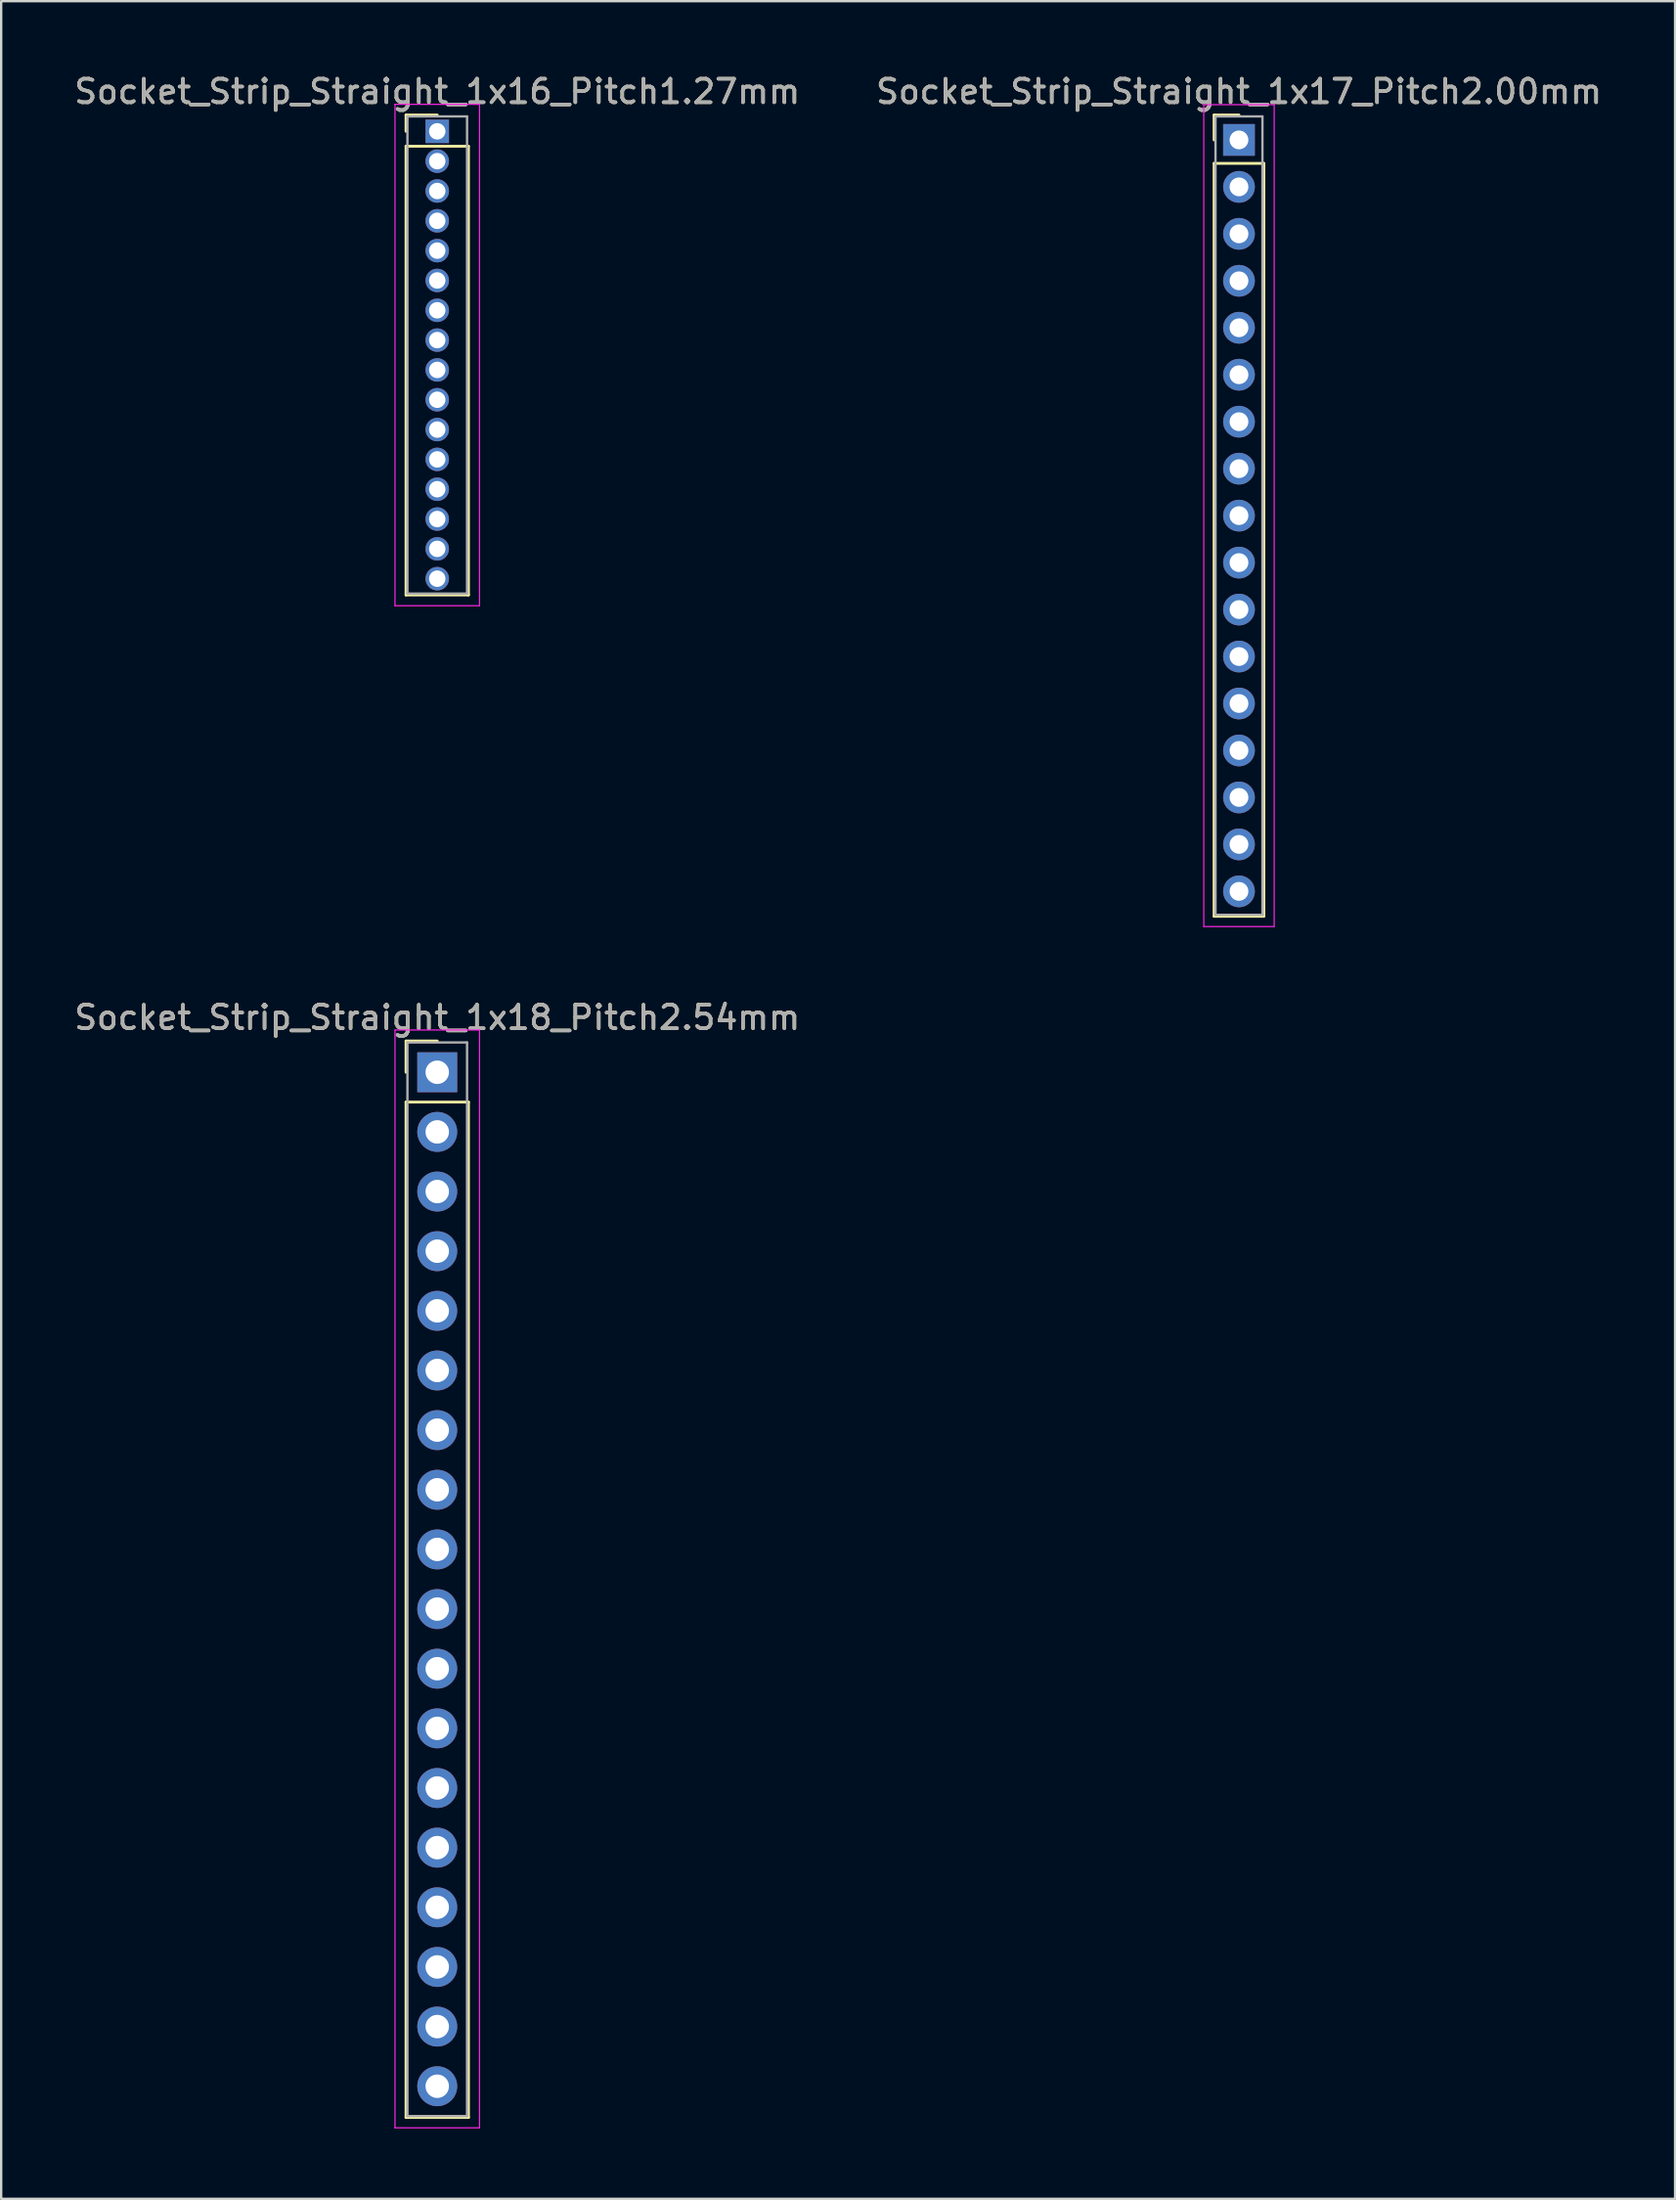
<source format=kicad_pcb>
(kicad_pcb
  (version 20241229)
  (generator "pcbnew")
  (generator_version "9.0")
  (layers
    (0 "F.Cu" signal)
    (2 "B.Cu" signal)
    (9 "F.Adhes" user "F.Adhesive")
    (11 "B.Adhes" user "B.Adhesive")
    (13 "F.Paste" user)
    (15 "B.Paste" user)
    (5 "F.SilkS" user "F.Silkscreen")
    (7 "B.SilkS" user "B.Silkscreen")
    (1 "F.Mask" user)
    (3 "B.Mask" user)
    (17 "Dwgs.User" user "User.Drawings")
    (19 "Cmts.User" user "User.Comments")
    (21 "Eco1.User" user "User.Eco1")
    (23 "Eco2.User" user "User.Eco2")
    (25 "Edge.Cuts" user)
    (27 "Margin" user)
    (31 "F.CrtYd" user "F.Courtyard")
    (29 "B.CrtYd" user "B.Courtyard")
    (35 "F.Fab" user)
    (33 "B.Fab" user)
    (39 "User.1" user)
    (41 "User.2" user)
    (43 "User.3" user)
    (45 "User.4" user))
  (footprint "Socket_Strip_Straight_1x18_Pitch2.54mm"
    (layer "F.Cu")
    (at 15.577 42.611)
    (property "Reference" "Socket_Strip_Straight_1x18_Pitch2.54mm" (at 0 -2.33 0) (layer "F.SilkS") (effects (font (size 1 1) (thickness 0.15))))
    (attr through_hole)
    (fp_line (start -1.33 -1.33) (end 0 -1.33) (stroke (width 0.12) (type solid)) (layer "F.SilkS"))
    (fp_line (start -1.33 0) (end -1.33 -1.33) (stroke (width 0.12) (type solid)) (layer "F.SilkS"))
    (fp_line (start -1.33 1.27) (end -1.33 44.51) (stroke (width 0.12) (type solid)) (layer "F.SilkS"))
    (fp_line (start -1.33 44.51) (end 1.33 44.51) (stroke (width 0.12) (type solid)) (layer "F.SilkS"))
    (fp_line (start 1.33 1.27) (end -1.33 1.27) (stroke (width 0.12) (type solid)) (layer "F.SilkS"))
    (fp_line (start 1.33 44.51) (end 1.33 1.27) (stroke (width 0.12) (type solid)) (layer "F.SilkS"))
    (fp_line (start -1.8 -1.8) (end -1.8 44.95) (stroke (width 0.05) (type solid)) (layer "F.CrtYd"))
    (fp_line (start -1.8 44.95) (end 1.8 44.95) (stroke (width 0.05) (type solid)) (layer "F.CrtYd"))
    (fp_line (start 1.8 -1.8) (end -1.8 -1.8) (stroke (width 0.05) (type solid)) (layer "F.CrtYd"))
    (fp_line (start 1.8 44.95) (end 1.8 -1.8) (stroke (width 0.05) (type solid)) (layer "F.CrtYd"))
    (fp_line (start -1.27 -1.27) (end -1.27 44.45) (stroke (width 0.1) (type solid)) (layer "F.Fab"))
    (fp_line (start -1.27 44.45) (end 1.27 44.45) (stroke (width 0.1) (type solid)) (layer "F.Fab"))
    (fp_line (start 1.27 -1.27) (end -1.27 -1.27) (stroke (width 0.1) (type solid)) (layer "F.Fab"))
    (fp_line (start 1.27 44.45) (end 1.27 -1.27) (stroke (width 0.1) (type solid)) (layer "F.Fab"))
    (fp_text user "${REFERENCE}" (at 0 -2.33 0) (layer "F.Fab") (effects (font (size 1 1) (thickness 0.15))))
    (pad "1" thru_hole rect (at 0 0) (size 1.7 1.7) (drill 1) (layers "*.Cu" "*.Mask"))
    (pad "2" thru_hole oval (at 0 2.54) (size 1.7 1.7) (drill 1) (layers "*.Cu" "*.Mask"))
    (pad "3" thru_hole oval (at 0 5.08) (size 1.7 1.7) (drill 1) (layers "*.Cu" "*.Mask"))
    (pad "4" thru_hole oval (at 0 7.62) (size 1.7 1.7) (drill 1) (layers "*.Cu" "*.Mask"))
    (pad "5" thru_hole oval (at 0 10.16) (size 1.7 1.7) (drill 1) (layers "*.Cu" "*.Mask"))
    (pad "6" thru_hole oval (at 0 12.7) (size 1.7 1.7) (drill 1) (layers "*.Cu" "*.Mask"))
    (pad "7" thru_hole oval (at 0 15.24) (size 1.7 1.7) (drill 1) (layers "*.Cu" "*.Mask"))
    (pad "8" thru_hole oval (at 0 17.78) (size 1.7 1.7) (drill 1) (layers "*.Cu" "*.Mask"))
    (pad "9" thru_hole oval (at 0 20.32) (size 1.7 1.7) (drill 1) (layers "*.Cu" "*.Mask"))
    (pad "10" thru_hole oval (at 0 22.86) (size 1.7 1.7) (drill 1) (layers "*.Cu" "*.Mask"))
    (pad "11" thru_hole oval (at 0 25.4) (size 1.7 1.7) (drill 1) (layers "*.Cu" "*.Mask"))
    (pad "12" thru_hole oval (at 0 27.94) (size 1.7 1.7) (drill 1) (layers "*.Cu" "*.Mask"))
    (pad "13" thru_hole oval (at 0 30.48) (size 1.7 1.7) (drill 1) (layers "*.Cu" "*.Mask"))
    (pad "14" thru_hole oval (at 0 33.02) (size 1.7 1.7) (drill 1) (layers "*.Cu" "*.Mask"))
    (pad "15" thru_hole oval (at 0 35.56) (size 1.7 1.7) (drill 1) (layers "*.Cu" "*.Mask"))
    (pad "16" thru_hole oval (at 0 38.1) (size 1.7 1.7) (drill 1) (layers "*.Cu" "*.Mask"))
    (pad "17" thru_hole oval (at 0 40.64) (size 1.7 1.7) (drill 1) (layers "*.Cu" "*.Mask"))
    (pad "18" thru_hole oval (at 0 43.18) (size 1.7 1.7) (drill 1) (layers "*.Cu" "*.Mask")))
  (footprint "Socket_Strip_Straight_1x17_Pitch2.00mm"
    (layer "F.Cu")
    (at 49.732 2.908)
    (property "Reference" "Socket_Strip_Straight_1x17_Pitch2.00mm" (at 0 -2.06 0) (layer "F.SilkS") (effects (font (size 1 1) (thickness 0.15))))
    (attr through_hole)
    (fp_line (start -1.06 -1.06) (end 0 -1.06) (stroke (width 0.12) (type solid)) (layer "F.SilkS"))
    (fp_line (start -1.06 0) (end -1.06 -1.06) (stroke (width 0.12) (type solid)) (layer "F.SilkS"))
    (fp_line (start -1.06 1) (end -1.06 33.06) (stroke (width 0.12) (type solid)) (layer "F.SilkS"))
    (fp_line (start -1.06 33.06) (end 1.06 33.06) (stroke (width 0.12) (type solid)) (layer "F.SilkS"))
    (fp_line (start 1.06 1) (end -1.06 1) (stroke (width 0.12) (type solid)) (layer "F.SilkS"))
    (fp_line (start 1.06 33.06) (end 1.06 1) (stroke (width 0.12) (type solid)) (layer "F.SilkS"))
    (fp_line (start -1.5 -1.5) (end -1.5 33.5) (stroke (width 0.05) (type solid)) (layer "F.CrtYd"))
    (fp_line (start -1.5 33.5) (end 1.5 33.5) (stroke (width 0.05) (type solid)) (layer "F.CrtYd"))
    (fp_line (start 1.5 -1.5) (end -1.5 -1.5) (stroke (width 0.05) (type solid)) (layer "F.CrtYd"))
    (fp_line (start 1.5 33.5) (end 1.5 -1.5) (stroke (width 0.05) (type solid)) (layer "F.CrtYd"))
    (fp_line (start -1 -1) (end -1 33) (stroke (width 0.1) (type solid)) (layer "F.Fab"))
    (fp_line (start -1 33) (end 1 33) (stroke (width 0.1) (type solid)) (layer "F.Fab"))
    (fp_line (start 1 -1) (end -1 -1) (stroke (width 0.1) (type solid)) (layer "F.Fab"))
    (fp_line (start 1 33) (end 1 -1) (stroke (width 0.1) (type solid)) (layer "F.Fab"))
    (fp_text user "${REFERENCE}" (at 0 -2.06 0) (layer "F.Fab") (effects (font (size 1 1) (thickness 0.15))))
    (pad "1" thru_hole rect (at 0 0) (size 1.35 1.35) (drill 0.8) (layers "*.Cu" "*.Mask"))
    (pad "2" thru_hole oval (at 0 2) (size 1.35 1.35) (drill 0.8) (layers "*.Cu" "*.Mask"))
    (pad "3" thru_hole oval (at 0 4) (size 1.35 1.35) (drill 0.8) (layers "*.Cu" "*.Mask"))
    (pad "4" thru_hole oval (at 0 6) (size 1.35 1.35) (drill 0.8) (layers "*.Cu" "*.Mask"))
    (pad "5" thru_hole oval (at 0 8) (size 1.35 1.35) (drill 0.8) (layers "*.Cu" "*.Mask"))
    (pad "6" thru_hole oval (at 0 10) (size 1.35 1.35) (drill 0.8) (layers "*.Cu" "*.Mask"))
    (pad "7" thru_hole oval (at 0 12) (size 1.35 1.35) (drill 0.8) (layers "*.Cu" "*.Mask"))
    (pad "8" thru_hole oval (at 0 14) (size 1.35 1.35) (drill 0.8) (layers "*.Cu" "*.Mask"))
    (pad "9" thru_hole oval (at 0 16) (size 1.35 1.35) (drill 0.8) (layers "*.Cu" "*.Mask"))
    (pad "10" thru_hole oval (at 0 18) (size 1.35 1.35) (drill 0.8) (layers "*.Cu" "*.Mask"))
    (pad "11" thru_hole oval (at 0 20) (size 1.35 1.35) (drill 0.8) (layers "*.Cu" "*.Mask"))
    (pad "12" thru_hole oval (at 0 22) (size 1.35 1.35) (drill 0.8) (layers "*.Cu" "*.Mask"))
    (pad "13" thru_hole oval (at 0 24) (size 1.35 1.35) (drill 0.8) (layers "*.Cu" "*.Mask"))
    (pad "14" thru_hole oval (at 0 26) (size 1.35 1.35) (drill 0.8) (layers "*.Cu" "*.Mask"))
    (pad "15" thru_hole oval (at 0 28) (size 1.35 1.35) (drill 0.8) (layers "*.Cu" "*.Mask"))
    (pad "16" thru_hole oval (at 0 30) (size 1.35 1.35) (drill 0.8) (layers "*.Cu" "*.Mask"))
    (pad "17" thru_hole oval (at 0 32) (size 1.35 1.35) (drill 0.8) (layers "*.Cu" "*.Mask")))
  (footprint "Socket_Strip_Straight_1x16_Pitch1.27mm"
    (layer "F.Cu")
    (at 15.577 2.543)
    (property "Reference" "Socket_Strip_Straight_1x16_Pitch1.27mm" (at 0 -1.695 0) (layer "F.SilkS") (effects (font (size 1 1) (thickness 0.15))))
    (attr through_hole)
    (fp_line (start -1.33 -0.695) (end 0 -0.695) (stroke (width 0.12) (type solid)) (layer "F.SilkS"))
    (fp_line (start -1.33 0) (end -1.33 -0.695) (stroke (width 0.12) (type solid)) (layer "F.SilkS"))
    (fp_line (start -1.33 0.635) (end -1.33 19.745) (stroke (width 0.12) (type solid)) (layer "F.SilkS"))
    (fp_line (start -1.33 19.745) (end 1.33 19.745) (stroke (width 0.12) (type solid)) (layer "F.SilkS"))
    (fp_line (start 1.33 0.635) (end -1.33 0.635) (stroke (width 0.12) (type solid)) (layer "F.SilkS"))
    (fp_line (start 1.33 19.745) (end 1.33 0.635) (stroke (width 0.12) (type solid)) (layer "F.SilkS"))
    (fp_line (start -1.8 -1.15) (end -1.8 20.2) (stroke (width 0.05) (type solid)) (layer "F.CrtYd"))
    (fp_line (start -1.8 20.2) (end 1.8 20.2) (stroke (width 0.05) (type solid)) (layer "F.CrtYd"))
    (fp_line (start 1.8 -1.15) (end -1.8 -1.15) (stroke (width 0.05) (type solid)) (layer "F.CrtYd"))
    (fp_line (start 1.8 20.2) (end 1.8 -1.15) (stroke (width 0.05) (type solid)) (layer "F.CrtYd"))
    (fp_line (start -1.27 -0.635) (end -1.27 19.685) (stroke (width 0.1) (type solid)) (layer "F.Fab"))
    (fp_line (start -1.27 19.685) (end 1.27 19.685) (stroke (width 0.1) (type solid)) (layer "F.Fab"))
    (fp_line (start 1.27 -0.635) (end -1.27 -0.635) (stroke (width 0.1) (type solid)) (layer "F.Fab"))
    (fp_line (start 1.27 19.685) (end 1.27 -0.635) (stroke (width 0.1) (type solid)) (layer "F.Fab"))
    (fp_text user "${REFERENCE}" (at 0 -1.695 0) (layer "F.Fab") (effects (font (size 1 1) (thickness 0.15))))
    (pad "1" thru_hole rect (at 0 0) (size 1 1) (drill 0.7) (layers "*.Cu" "*.Mask"))
    (pad "2" thru_hole oval (at 0 1.27) (size 1 1) (drill 0.7) (layers "*.Cu" "*.Mask"))
    (pad "3" thru_hole oval (at 0 2.54) (size 1 1) (drill 0.7) (layers "*.Cu" "*.Mask"))
    (pad "4" thru_hole oval (at 0 3.81) (size 1 1) (drill 0.7) (layers "*.Cu" "*.Mask"))
    (pad "5" thru_hole oval (at 0 5.08) (size 1 1) (drill 0.7) (layers "*.Cu" "*.Mask"))
    (pad "6" thru_hole oval (at 0 6.35) (size 1 1) (drill 0.7) (layers "*.Cu" "*.Mask"))
    (pad "7" thru_hole oval (at 0 7.62) (size 1 1) (drill 0.7) (layers "*.Cu" "*.Mask"))
    (pad "8" thru_hole oval (at 0 8.89) (size 1 1) (drill 0.7) (layers "*.Cu" "*.Mask"))
    (pad "9" thru_hole oval (at 0 10.16) (size 1 1) (drill 0.7) (layers "*.Cu" "*.Mask"))
    (pad "10" thru_hole oval (at 0 11.43) (size 1 1) (drill 0.7) (layers "*.Cu" "*.Mask"))
    (pad "11" thru_hole oval (at 0 12.7) (size 1 1) (drill 0.7) (layers "*.Cu" "*.Mask"))
    (pad "12" thru_hole oval (at 0 13.97) (size 1 1) (drill 0.7) (layers "*.Cu" "*.Mask"))
    (pad "13" thru_hole oval (at 0 15.24) (size 1 1) (drill 0.7) (layers "*.Cu" "*.Mask"))
    (pad "14" thru_hole oval (at 0 16.51) (size 1 1) (drill 0.7) (layers "*.Cu" "*.Mask"))
    (pad "15" thru_hole oval (at 0 17.78) (size 1 1) (drill 0.7) (layers "*.Cu" "*.Mask"))
    (pad "16" thru_hole oval (at 0 19.05) (size 1 1) (drill 0.7) (layers "*.Cu" "*.Mask")))
  (gr_rect
    (start -3 -3)
    (end 68.31 90.587)
    (stroke (width 0.1) (type default))
    (fill no)
    (layer "Edge.Cuts")))
</source>
